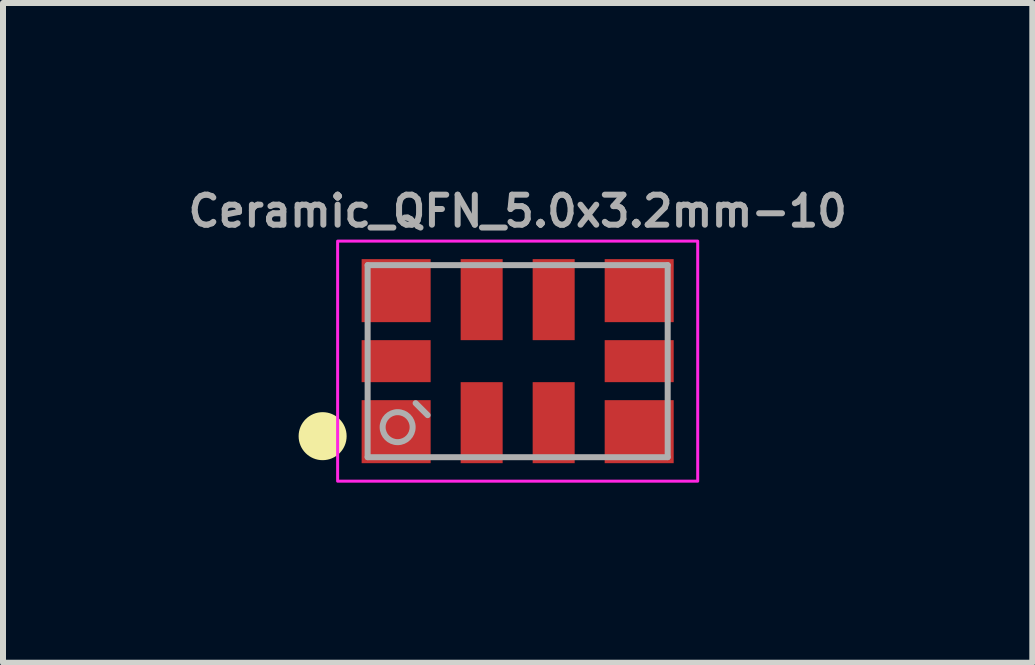
<source format=kicad_pcb>
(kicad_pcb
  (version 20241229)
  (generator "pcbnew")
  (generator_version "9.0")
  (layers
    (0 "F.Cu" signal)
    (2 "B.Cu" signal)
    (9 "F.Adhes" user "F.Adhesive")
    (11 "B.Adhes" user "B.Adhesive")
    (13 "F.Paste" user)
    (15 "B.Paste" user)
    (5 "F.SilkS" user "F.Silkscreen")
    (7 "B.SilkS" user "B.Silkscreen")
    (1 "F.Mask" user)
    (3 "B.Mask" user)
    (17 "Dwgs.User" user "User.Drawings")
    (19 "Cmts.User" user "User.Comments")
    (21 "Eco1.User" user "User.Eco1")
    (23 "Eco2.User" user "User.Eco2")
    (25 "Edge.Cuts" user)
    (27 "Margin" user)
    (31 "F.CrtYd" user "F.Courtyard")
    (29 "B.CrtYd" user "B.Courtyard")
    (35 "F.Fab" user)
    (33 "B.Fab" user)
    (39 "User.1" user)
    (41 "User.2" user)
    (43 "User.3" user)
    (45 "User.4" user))
  (footprint "Ceramic_QFN_5.0x3.2mm-10"
    (layer "F.Cu")
    (at 5.576 2.968)
    (property "Reference" "Ceramic_QFN_5.0x3.2mm-10" (at 0 -2.5 0) (layer "F.Fab") (effects (font (size 0.5 0.5) (thickness 0.1) (bold yes))))
    (attr smd)
    (fp_circle (center -3.25 1.25) (end -2.9 1.25) (stroke (width 0.1) (type solid)) (fill yes) (layer "F.SilkS"))
    (fp_rect (start -3 -2) (end 3 2) (stroke (width 0.05) (type default)) (fill no) (layer "F.CrtYd"))
    (fp_line (start -2.5 -1.6) (end 2.5 -1.6) (stroke (width 0.1) (type solid)) (layer "F.Fab"))
    (fp_line (start -2.5 1.6) (end -2.5 -1.6) (stroke (width 0.1) (type solid)) (layer "F.Fab"))
    (fp_line (start -1.7 0.7) (end -1.5 0.9) (stroke (width 0.1) (type default)) (layer "F.Fab"))
    (fp_line (start 2.5 -1.6) (end 2.5 1.6) (stroke (width 0.1) (type solid)) (layer "F.Fab"))
    (fp_line (start 2.5 1.6) (end -2.5 1.6) (stroke (width 0.1) (type solid)) (layer "F.Fab"))
    (fp_circle (center -2 1.1) (end -1.75 1.1) (stroke (width 0.1) (type solid)) (fill no) (layer "F.Fab"))
    (pad "1" smd rect (at -2.025 1.175) (size 1.15 1.05) (layers "F.Cu" "F.Mask" "F.Paste"))
    (pad "2" smd rect (at -0.6 1.025 90) (size 1.35 0.7) (layers "F.Cu" "F.Mask" "F.Paste"))
    (pad "3" smd rect (at 0.6 1.025 90) (size 1.35 0.7) (layers "F.Cu" "F.Mask" "F.Paste"))
    (pad "4" smd rect (at 2.025 1.175) (size 1.15 1.05) (layers "F.Cu" "F.Mask" "F.Paste"))
    (pad "5" smd rect (at 2.025 0) (size 1.15 0.7) (layers "F.Cu" "F.Mask" "F.Paste"))
    (pad "6" smd rect (at 2.025 -1.175) (size 1.15 1.05) (layers "F.Cu" "F.Mask" "F.Paste"))
    (pad "7" smd rect (at 0.6 -1.025 90) (size 1.35 0.7) (layers "F.Cu" "F.Mask" "F.Paste"))
    (pad "8" smd rect (at -0.6 -1.025 90) (size 1.35 0.7) (layers "F.Cu" "F.Mask" "F.Paste"))
    (pad "9" smd rect (at -2.025 -1.175) (size 1.15 1.05) (layers "F.Cu" "F.Mask" "F.Paste"))
    (pad "10" smd rect (at -2.025 0) (size 1.15 0.7) (layers "F.Cu" "F.Mask" "F.Paste")))
  (gr_rect
    (start -3 -3)
    (end 14.152 7.993)
    (stroke (width 0.1) (type default))
    (fill no)
    (layer "Edge.Cuts")))
</source>
